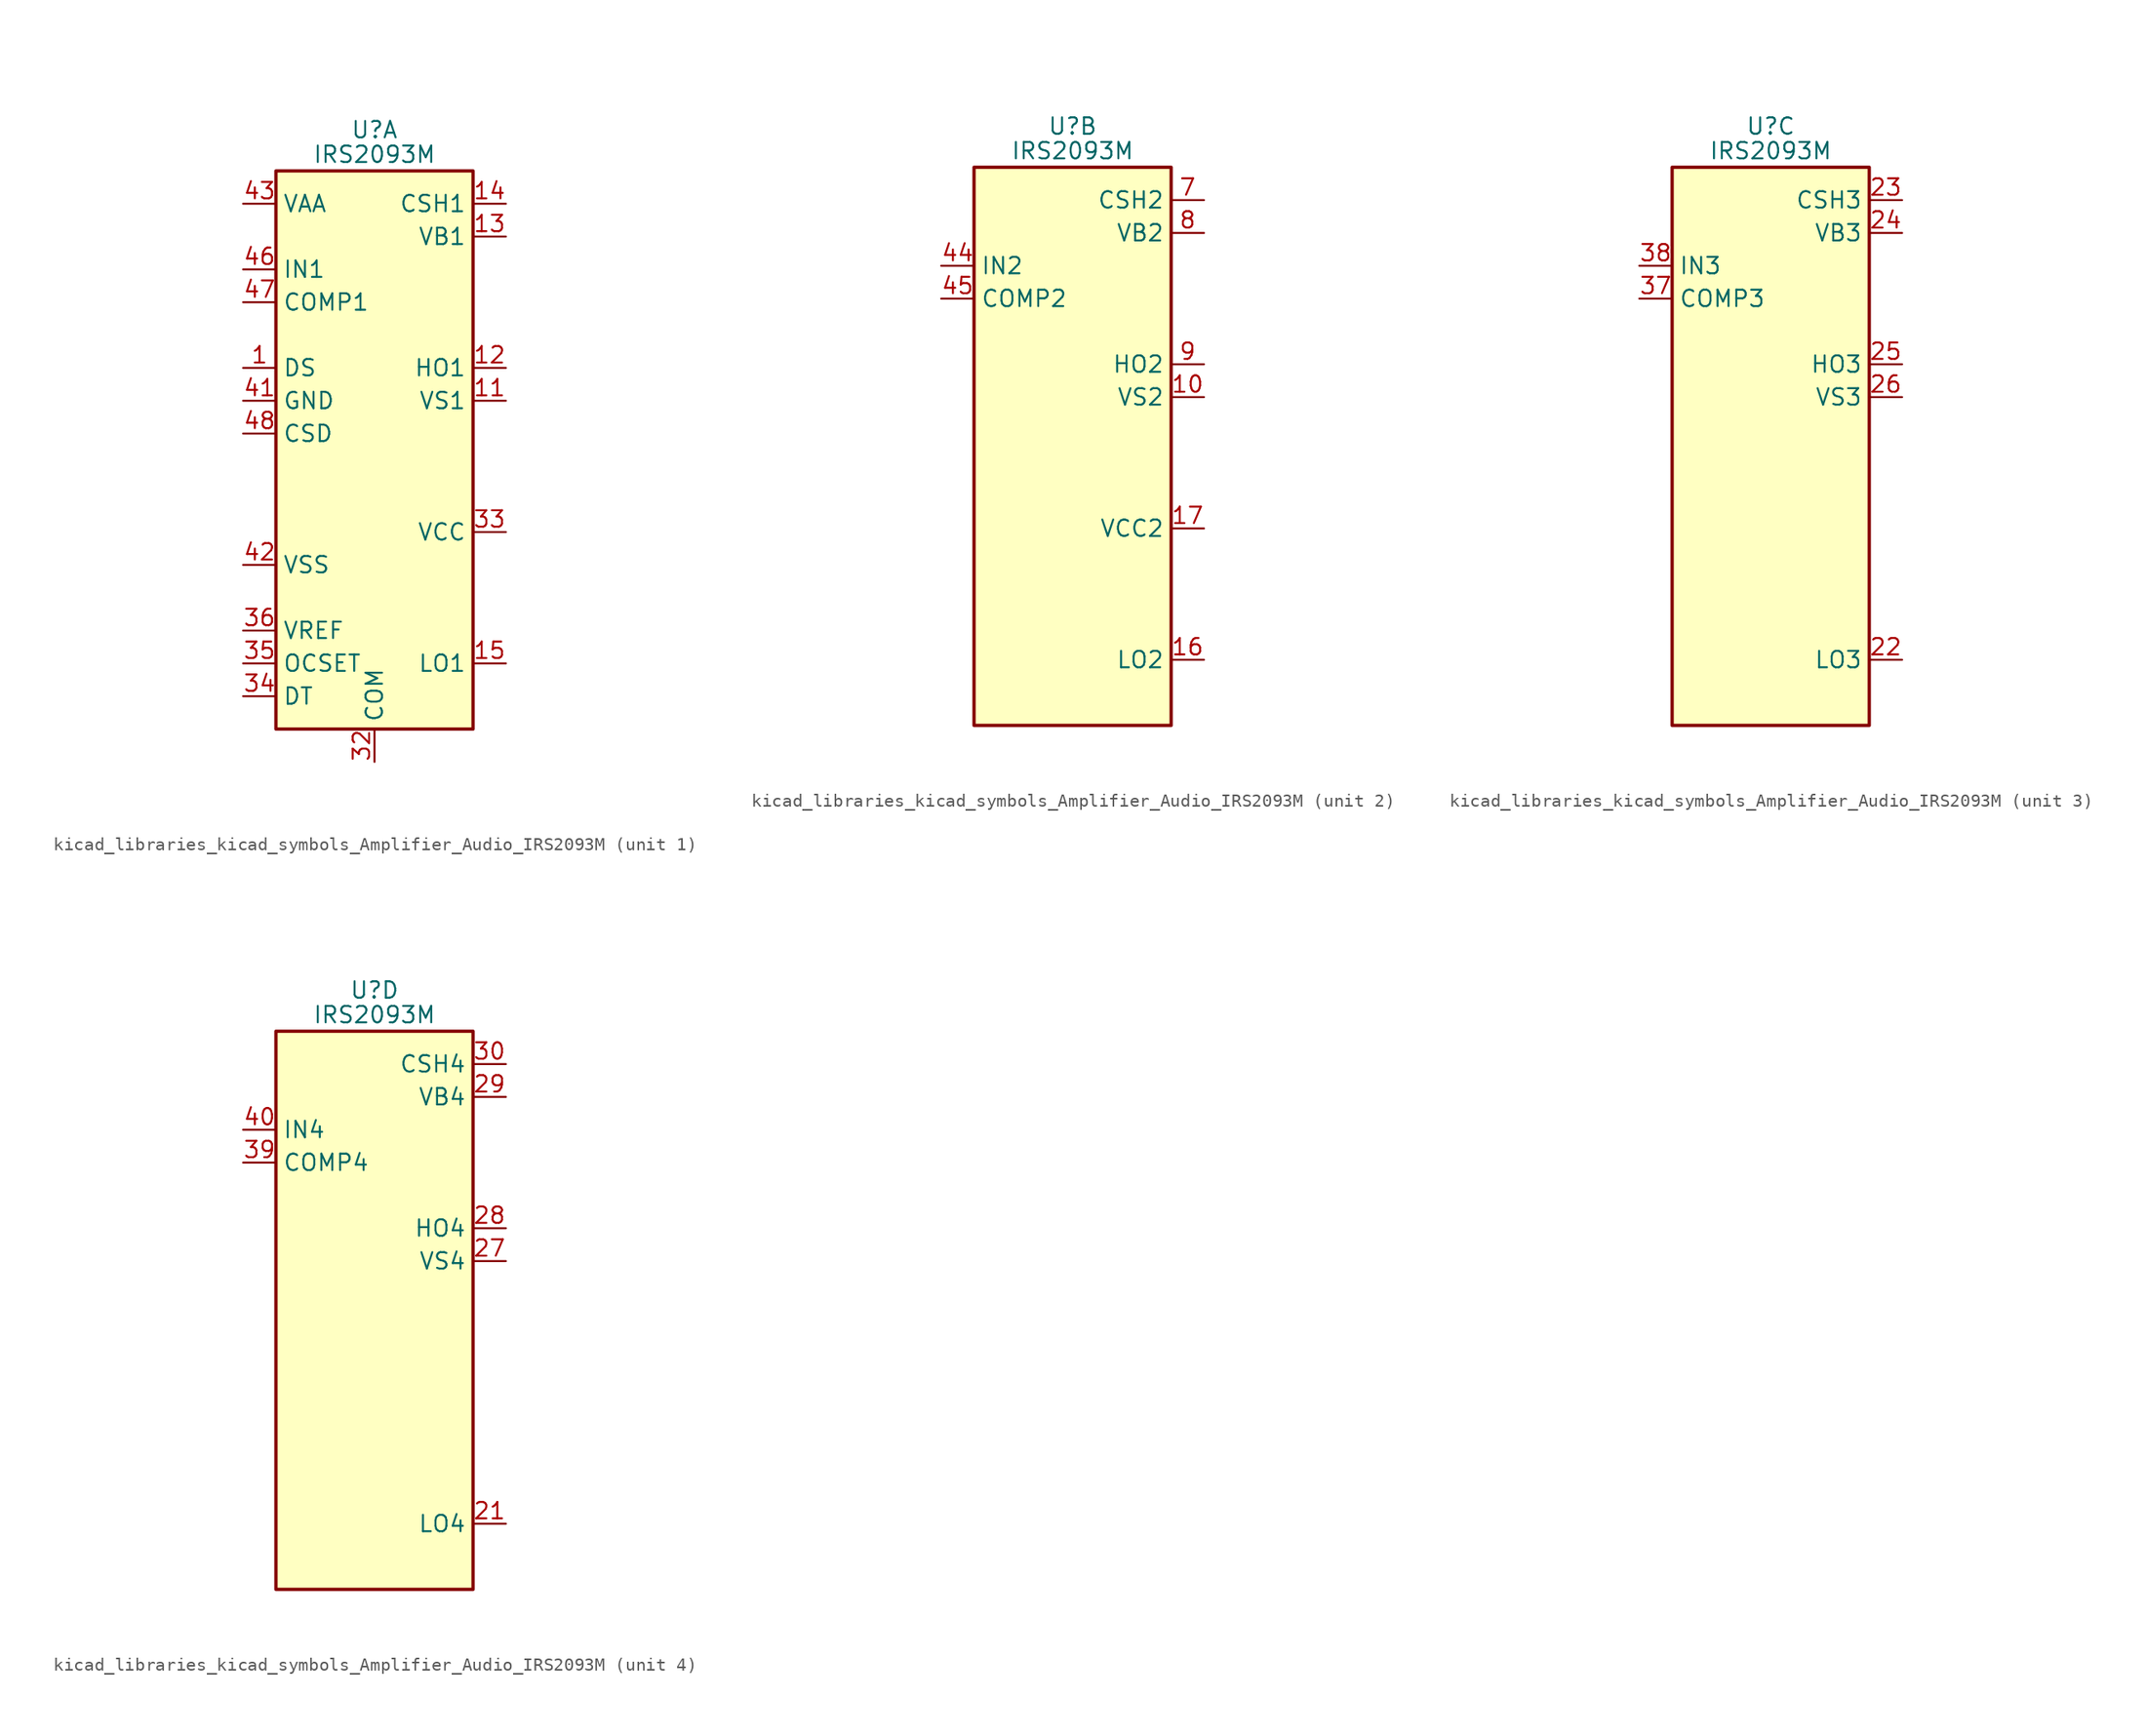
<source format=kicad_sym>
(kicad_symbol_lib
  (version 20220914)
  (generator kicad_symbol_editor)
  (symbol "kicad_libraries_kicad_symbols_Amplifier_Audio_IRS2093M"
    (property "Reference" "U"
      (at 0 26.035 0)
      (effects (font (size 1.27 1.27))))
    (property "Value" "IRS2093M"
      (at 0 24.13 0)
      (effects (font (size 1.27 1.27))))
    (property "ki_locked" ""
      (at 0 0 0)
      (effects (font (size 1.27 1.27))))
    (symbol "kicad_libraries_kicad_symbols_Amplifier_Audio_IRS2093M_0_1"
      (rectangle (start -7.62 -20.32) (end 7.62 22.86) (stroke (width 0.254) (type default)) (fill (type background))))
    (symbol "kicad_libraries_kicad_symbols_Amplifier_Audio_IRS2093M_1_1"
      (pin input line (at -10.16 7.62 0) (length 2.54) (name "DS" (effects (font (size 1.27 1.27)))) (number "1" (effects (font (size 1.27 1.27)))))
      (pin passive line (at 10.16 5.08 180) (length 2.54) (name "VS1" (effects (font (size 1.27 1.27)))) (number "11" (effects (font (size 1.27 1.27)))))
      (pin output line (at 10.16 7.62 180) (length 2.54) (name "HO1" (effects (font (size 1.27 1.27)))) (number "12" (effects (font (size 1.27 1.27)))))
      (pin power_in line (at 10.16 17.78 180) (length 2.54) (name "VB1" (effects (font (size 1.27 1.27)))) (number "13" (effects (font (size 1.27 1.27)))))
      (pin passive line (at 10.16 20.32 180) (length 2.54) (name "CSH1" (effects (font (size 1.27 1.27)))) (number "14" (effects (font (size 1.27 1.27)))))
      (pin output line (at 10.16 -15.24 180) (length 2.54) (name "LO1" (effects (font (size 1.27 1.27)))) (number "15" (effects (font (size 1.27 1.27)))))
      (pin no_connect line (at 7.62 15.24 180) (length 2.54) hide (name "NC" (effects (font (size 1.27 1.27)))) (number "18" (effects (font (size 1.27 1.27)))))
      (pin no_connect line (at 7.62 12.7 180) (length 2.54) hide (name "NC" (effects (font (size 1.27 1.27)))) (number "19" (effects (font (size 1.27 1.27)))))
      (pin no_connect line (at -7.62 17.78 0) (length 2.54) hide (name "NC" (effects (font (size 1.27 1.27)))) (number "2" (effects (font (size 1.27 1.27)))))
      (pin passive line (at 0 -22.86 90) (length 2.54) hide (name "COM" (effects (font (size 1.27 1.27)))) (number "20" (effects (font (size 1.27 1.27)))))
      (pin no_connect line (at -7.62 10.16 0) (length 2.54) hide (name "NC" (effects (font (size 1.27 1.27)))) (number "3" (effects (font (size 1.27 1.27)))))
      (pin no_connect line (at 7.62 10.16 180) (length 2.54) hide (name "NC" (effects (font (size 1.27 1.27)))) (number "31" (effects (font (size 1.27 1.27)))))
      (pin power_in line (at 0 -22.86 90) (length 2.54) (name "COM" (effects (font (size 1.27 1.27)))) (number "32" (effects (font (size 1.27 1.27)))))
      (pin power_in line (at 10.16 -5.08 180) (length 2.54) (name "VCC" (effects (font (size 1.27 1.27)))) (number "33" (effects (font (size 1.27 1.27)))))
      (pin passive line (at -10.16 -17.78 0) (length 2.54) (name "DT" (effects (font (size 1.27 1.27)))) (number "34" (effects (font (size 1.27 1.27)))))
      (pin passive line (at -10.16 -15.24 0) (length 2.54) (name "OCSET" (effects (font (size 1.27 1.27)))) (number "35" (effects (font (size 1.27 1.27)))))
      (pin power_out line (at -10.16 -12.7 0) (length 2.54) (name "VREF" (effects (font (size 1.27 1.27)))) (number "36" (effects (font (size 1.27 1.27)))))
      (pin no_connect line (at -7.62 0 0) (length 2.54) hide (name "NC" (effects (font (size 1.27 1.27)))) (number "4" (effects (font (size 1.27 1.27)))))
      (pin power_in line (at -10.16 5.08 0) (length 2.54) (name "GND" (effects (font (size 1.27 1.27)))) (number "41" (effects (font (size 1.27 1.27)))))
      (pin power_in line (at -10.16 -7.62 0) (length 2.54) (name "VSS" (effects (font (size 1.27 1.27)))) (number "42" (effects (font (size 1.27 1.27)))))
      (pin power_in line (at -10.16 20.32 0) (length 2.54) (name "VAA" (effects (font (size 1.27 1.27)))) (number "43" (effects (font (size 1.27 1.27)))))
      (pin input line (at -10.16 15.24 0) (length 2.54) (name "IN1" (effects (font (size 1.27 1.27)))) (number "46" (effects (font (size 1.27 1.27)))))
      (pin output line (at -10.16 12.7 0) (length 2.54) (name "COMP1" (effects (font (size 1.27 1.27)))) (number "47" (effects (font (size 1.27 1.27)))))
      (pin passive line (at -10.16 2.54 0) (length 2.54) (name "CSD" (effects (font (size 1.27 1.27)))) (number "48" (effects (font (size 1.27 1.27)))))
      (pin passive line (at 0 -22.86 90) (length 2.54) hide (name "COM" (effects (font (size 1.27 1.27)))) (number "49" (effects (font (size 1.27 1.27)))))
      (pin no_connect line (at -7.62 -2.54 0) (length 2.54) hide (name "NC" (effects (font (size 1.27 1.27)))) (number "5" (effects (font (size 1.27 1.27)))))
      (pin no_connect line (at -7.62 -5.08 0) (length 2.54) hide (name "NC" (effects (font (size 1.27 1.27)))) (number "6" (effects (font (size 1.27 1.27))))))
    (symbol "kicad_libraries_kicad_symbols_Amplifier_Audio_IRS2093M_2_1"
      (pin passive line (at 10.16 5.08 180) (length 2.54) (name "VS2" (effects (font (size 1.27 1.27)))) (number "10" (effects (font (size 1.27 1.27)))))
      (pin output line (at 10.16 -15.24 180) (length 2.54) (name "LO2" (effects (font (size 1.27 1.27)))) (number "16" (effects (font (size 1.27 1.27)))))
      (pin power_in line (at 10.16 -5.08 180) (length 2.54) (name "VCC2" (effects (font (size 1.27 1.27)))) (number "17" (effects (font (size 1.27 1.27)))))
      (pin input line (at -10.16 15.24 0) (length 2.54) (name "IN2" (effects (font (size 1.27 1.27)))) (number "44" (effects (font (size 1.27 1.27)))))
      (pin output line (at -10.16 12.7 0) (length 2.54) (name "COMP2" (effects (font (size 1.27 1.27)))) (number "45" (effects (font (size 1.27 1.27)))))
      (pin passive line (at 10.16 20.32 180) (length 2.54) (name "CSH2" (effects (font (size 1.27 1.27)))) (number "7" (effects (font (size 1.27 1.27)))))
      (pin power_in line (at 10.16 17.78 180) (length 2.54) (name "VB2" (effects (font (size 1.27 1.27)))) (number "8" (effects (font (size 1.27 1.27)))))
      (pin output line (at 10.16 7.62 180) (length 2.54) (name "HO2" (effects (font (size 1.27 1.27)))) (number "9" (effects (font (size 1.27 1.27))))))
    (symbol "kicad_libraries_kicad_symbols_Amplifier_Audio_IRS2093M_3_1"
      (pin output line (at 10.16 -15.24 180) (length 2.54) (name "LO3" (effects (font (size 1.27 1.27)))) (number "22" (effects (font (size 1.27 1.27)))))
      (pin passive line (at 10.16 20.32 180) (length 2.54) (name "CSH3" (effects (font (size 1.27 1.27)))) (number "23" (effects (font (size 1.27 1.27)))))
      (pin power_in line (at 10.16 17.78 180) (length 2.54) (name "VB3" (effects (font (size 1.27 1.27)))) (number "24" (effects (font (size 1.27 1.27)))))
      (pin output line (at 10.16 7.62 180) (length 2.54) (name "HO3" (effects (font (size 1.27 1.27)))) (number "25" (effects (font (size 1.27 1.27)))))
      (pin passive line (at 10.16 5.08 180) (length 2.54) (name "VS3" (effects (font (size 1.27 1.27)))) (number "26" (effects (font (size 1.27 1.27)))))
      (pin output line (at -10.16 12.7 0) (length 2.54) (name "COMP3" (effects (font (size 1.27 1.27)))) (number "37" (effects (font (size 1.27 1.27)))))
      (pin input line (at -10.16 15.24 0) (length 2.54) (name "IN3" (effects (font (size 1.27 1.27)))) (number "38" (effects (font (size 1.27 1.27))))))
    (symbol "kicad_libraries_kicad_symbols_Amplifier_Audio_IRS2093M_4_1"
      (pin output line (at 10.16 -15.24 180) (length 2.54) (name "LO4" (effects (font (size 1.27 1.27)))) (number "21" (effects (font (size 1.27 1.27)))))
      (pin passive line (at 10.16 5.08 180) (length 2.54) (name "VS4" (effects (font (size 1.27 1.27)))) (number "27" (effects (font (size 1.27 1.27)))))
      (pin output line (at 10.16 7.62 180) (length 2.54) (name "HO4" (effects (font (size 1.27 1.27)))) (number "28" (effects (font (size 1.27 1.27)))))
      (pin power_in line (at 10.16 17.78 180) (length 2.54) (name "VB4" (effects (font (size 1.27 1.27)))) (number "29" (effects (font (size 1.27 1.27)))))
      (pin passive line (at 10.16 20.32 180) (length 2.54) (name "CSH4" (effects (font (size 1.27 1.27)))) (number "30" (effects (font (size 1.27 1.27)))))
      (pin output line (at -10.16 12.7 0) (length 2.54) (name "COMP4" (effects (font (size 1.27 1.27)))) (number "39" (effects (font (size 1.27 1.27)))))
      (pin input line (at -10.16 15.24 0) (length 2.54) (name "IN4" (effects (font (size 1.27 1.27)))) (number "40" (effects (font (size 1.27 1.27))))))))
</source>
